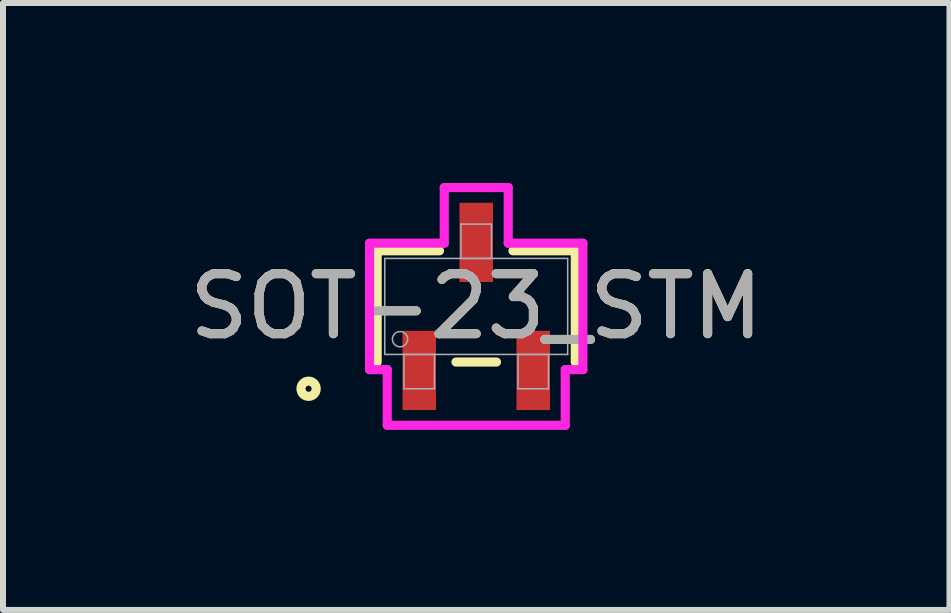
<source format=kicad_pcb>
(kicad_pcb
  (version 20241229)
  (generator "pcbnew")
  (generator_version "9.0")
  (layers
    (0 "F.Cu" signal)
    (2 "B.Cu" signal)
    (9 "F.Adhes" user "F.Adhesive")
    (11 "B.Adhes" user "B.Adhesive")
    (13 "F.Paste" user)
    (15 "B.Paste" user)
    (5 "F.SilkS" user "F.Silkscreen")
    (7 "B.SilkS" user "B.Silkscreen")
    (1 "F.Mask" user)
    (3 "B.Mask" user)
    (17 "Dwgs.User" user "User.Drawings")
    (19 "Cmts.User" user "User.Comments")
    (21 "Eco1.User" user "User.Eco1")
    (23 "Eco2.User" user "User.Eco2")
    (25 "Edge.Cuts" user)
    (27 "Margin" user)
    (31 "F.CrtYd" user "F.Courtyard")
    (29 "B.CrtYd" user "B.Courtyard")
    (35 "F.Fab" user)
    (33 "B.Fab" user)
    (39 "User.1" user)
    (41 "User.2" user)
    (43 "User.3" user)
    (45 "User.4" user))
  (footprint "SOT-23_STM"
    (layer "F.Cu")
    (at 4.887 2.057)
    (property "Reference" "SOT-23_STM" (at 0 0 0) (unlocked yes) (layer "F.SilkS") (effects (font (size 1 1) (thickness 0.15))))
    (attr smd)
    (fp_line (start -1.651 -0.927) (end -1.651 0.927) (stroke (width 0.152) (type solid)) (layer "F.SilkS"))
    (fp_line (start -0.612 -0.927) (end -1.651 -0.927) (stroke (width 0.152) (type solid)) (layer "F.SilkS"))
    (fp_line (start -0.338 0.927) (end 0.338 0.927) (stroke (width 0.152) (type solid)) (layer "F.SilkS"))
    (fp_line (start 1.651 -0.927) (end 0.612 -0.927) (stroke (width 0.152) (type solid)) (layer "F.SilkS"))
    (fp_line (start 1.651 0.927) (end 1.651 -0.927) (stroke (width 0.152) (type solid)) (layer "F.SilkS"))
    (fp_circle (center -2.794 1.372) (end -2.667 1.372) (stroke (width 0.152) (type solid)) (fill no) (layer "F.SilkS"))
    (fp_line (start -1.778 -1.054) (end -0.533 -1.054) (stroke (width 0.152) (type solid)) (layer "F.CrtYd"))
    (fp_line (start -1.778 1.054) (end -1.778 -1.054) (stroke (width 0.152) (type solid)) (layer "F.CrtYd"))
    (fp_line (start -1.778 1.054) (end -1.483 1.054) (stroke (width 0.152) (type solid)) (layer "F.CrtYd"))
    (fp_line (start -1.483 1.054) (end -1.483 1.981) (stroke (width 0.152) (type solid)) (layer "F.CrtYd"))
    (fp_line (start -1.483 1.981) (end 1.483 1.981) (stroke (width 0.152) (type solid)) (layer "F.CrtYd"))
    (fp_line (start -0.533 -1.981) (end 0.533 -1.981) (stroke (width 0.152) (type solid)) (layer "F.CrtYd"))
    (fp_line (start -0.533 -1.054) (end -0.533 -1.981) (stroke (width 0.152) (type solid)) (layer "F.CrtYd"))
    (fp_line (start 0.533 -1.054) (end 0.533 -1.981) (stroke (width 0.152) (type solid)) (layer "F.CrtYd"))
    (fp_line (start 1.483 1.054) (end 1.483 1.981) (stroke (width 0.152) (type solid)) (layer "F.CrtYd"))
    (fp_line (start 1.778 -1.054) (end 0.533 -1.054) (stroke (width 0.152) (type solid)) (layer "F.CrtYd"))
    (fp_line (start 1.778 -1.054) (end 1.778 1.054) (stroke (width 0.152) (type solid)) (layer "F.CrtYd"))
    (fp_line (start 1.778 1.054) (end 1.483 1.054) (stroke (width 0.152) (type solid)) (layer "F.CrtYd"))
    (fp_line (start -1.524 -0.8) (end -1.524 0.8) (stroke (width 0.025) (type solid)) (layer "F.Fab"))
    (fp_line (start -1.524 0.8) (end 1.524 0.8) (stroke (width 0.025) (type solid)) (layer "F.Fab"))
    (fp_line (start -1.204 0.8) (end -1.204 1.372) (stroke (width 0.025) (type solid)) (layer "F.Fab"))
    (fp_line (start -1.204 1.372) (end -0.696 1.372) (stroke (width 0.025) (type solid)) (layer "F.Fab"))
    (fp_line (start -0.696 0.8) (end -1.204 0.8) (stroke (width 0.025) (type solid)) (layer "F.Fab"))
    (fp_line (start -0.696 1.372) (end -0.696 0.8) (stroke (width 0.025) (type solid)) (layer "F.Fab"))
    (fp_line (start -0.254 -1.372) (end -0.254 -0.8) (stroke (width 0.025) (type solid)) (layer "F.Fab"))
    (fp_line (start -0.254 -0.8) (end 0.254 -0.8) (stroke (width 0.025) (type solid)) (layer "F.Fab"))
    (fp_line (start 0.254 -1.372) (end -0.254 -1.372) (stroke (width 0.025) (type solid)) (layer "F.Fab"))
    (fp_line (start 0.254 -0.8) (end 0.254 -1.372) (stroke (width 0.025) (type solid)) (layer "F.Fab"))
    (fp_line (start 0.696 0.8) (end 0.696 1.372) (stroke (width 0.025) (type solid)) (layer "F.Fab"))
    (fp_line (start 0.696 1.372) (end 1.204 1.372) (stroke (width 0.025) (type solid)) (layer "F.Fab"))
    (fp_line (start 1.204 0.8) (end 0.696 0.8) (stroke (width 0.025) (type solid)) (layer "F.Fab"))
    (fp_line (start 1.204 1.372) (end 1.204 0.8) (stroke (width 0.025) (type solid)) (layer "F.Fab"))
    (fp_line (start 1.524 -0.8) (end -1.524 -0.8) (stroke (width 0.025) (type solid)) (layer "F.Fab"))
    (fp_line (start 1.524 0.8) (end 1.524 -0.8) (stroke (width 0.025) (type solid)) (layer "F.Fab"))
    (fp_circle (center -1.27 0.546) (end -1.143 0.546) (stroke (width 0.025) (type solid)) (fill no) (layer "F.Fab"))
    (fp_text user "${REFERENCE}" (at 0 0 0) (unlocked yes) (layer "F.Fab") (effects (font (size 1 1) (thickness 0.15))))
    (pad "1" smd rect (at -0.95 1.067) (size 0.559 1.321) (layers "F.Cu" "F.Mask" "F.Paste"))
    (pad "2" smd rect (at 0.95 1.067) (size 0.559 1.321) (layers "F.Cu" "F.Mask" "F.Paste"))
    (pad "3" smd rect (at 0 -1.067) (size 0.559 1.321) (layers "F.Cu" "F.Mask" "F.Paste")))
  (gr_rect
    (start -3 -3)
    (end 12.774 7.115)
    (stroke (width 0.1) (type default))
    (fill no)
    (layer "Edge.Cuts")))
</source>
